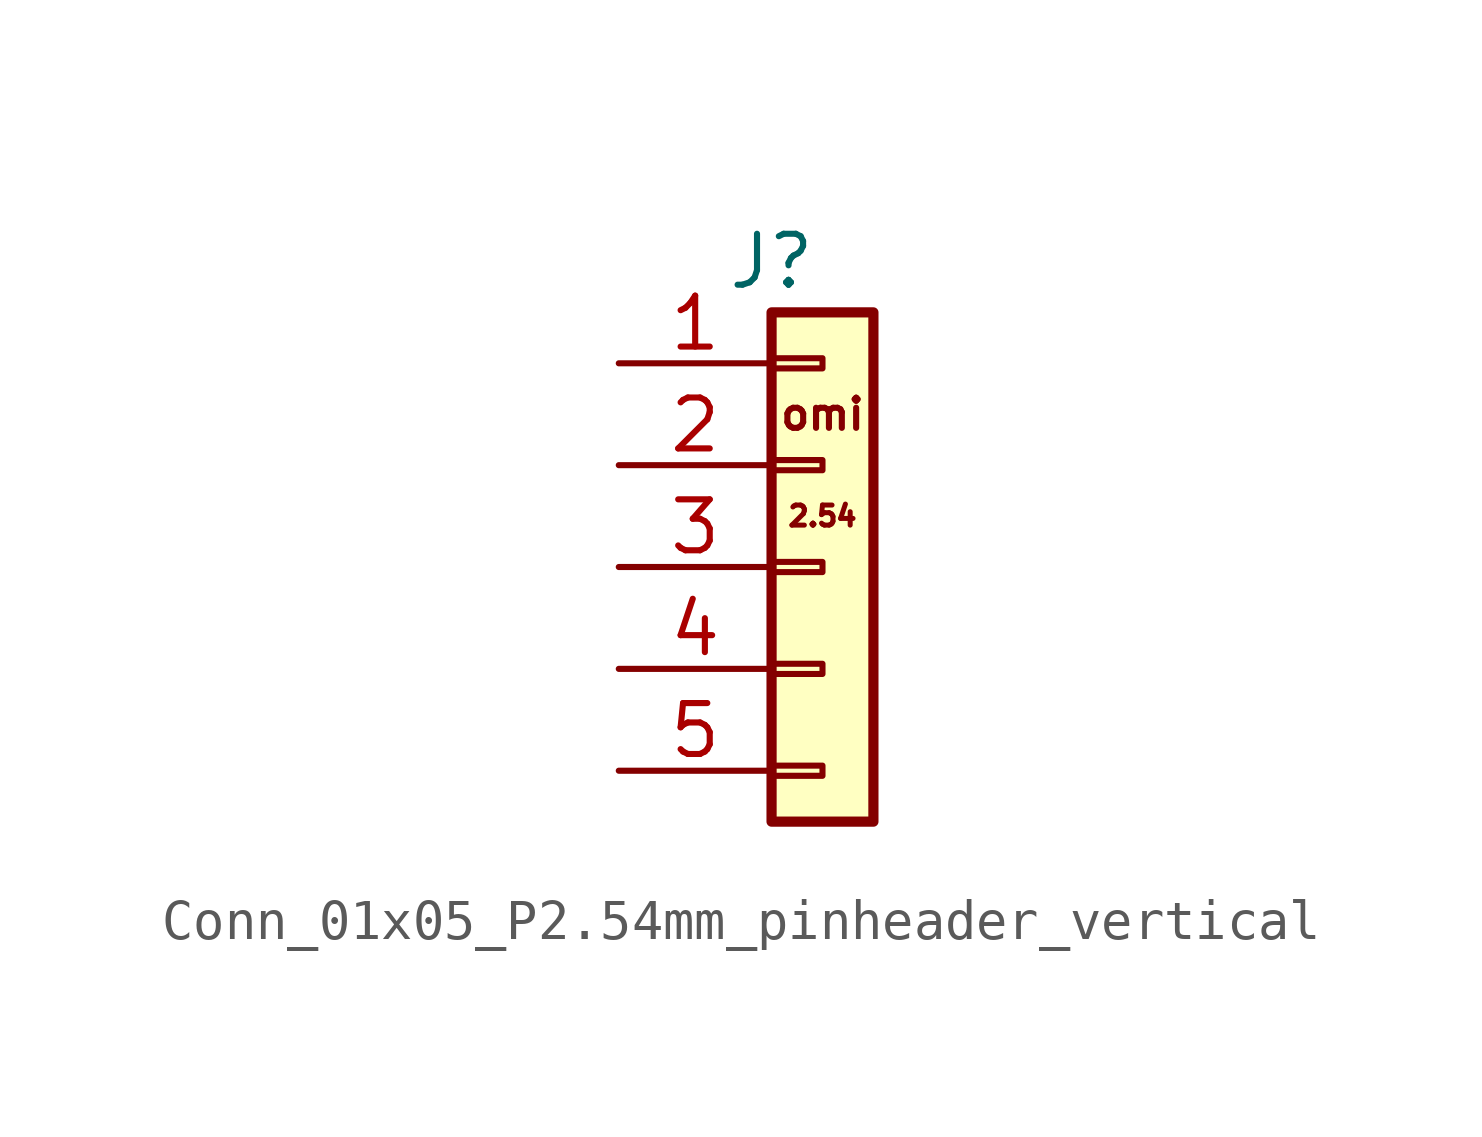
<source format=kicad_sym>
(kicad_symbol_lib
  (version 20220914)
  (generator kicad_symbol_editor)
  (symbol "Conn_01x05_P2.54mm_pinheader_vertical"
    (pin_names
      (offset 1.016) hide)
    (property "Reference" "J"
      (at -1.27 10.16 0)
      (effects (font (size 1.27 1.27))))
    (symbol "Conn_01x05_P2.54mm_pinheader_vertical_1_1"
      (rectangle (start -1.27 -2.413) (end 0 -2.667) (stroke (width 0.152) (type default)) (fill (type none)))
      (rectangle (start -1.27 0.127) (end 0 -0.127) (stroke (width 0.152) (type default)) (fill (type none)))
      (rectangle (start -1.27 2.667) (end 0 2.413) (stroke (width 0.152) (type default)) (fill (type none)))
      (rectangle (start -1.27 5.207) (end 0 4.953) (stroke (width 0.152) (type default)) (fill (type none)))
      (rectangle (start -1.27 7.747) (end 0 7.493) (stroke (width 0.152) (type default)) (fill (type none)))
      (rectangle (start -1.27 8.89) (end 1.27 -3.81) (stroke (width 0.254) (type default)) (fill (type background)))
      (text "2.54" (at 0 3.81 0) (effects (font (size 0.5 0.5))))
      (text "omi" (at 0 6.35 0) (effects (font (size 0.75 0.75))))
      (pin passive line (at -5.08 7.62 0) (length 3.81) (name "Pin_1" (effects (font (size 1.27 1.27)))) (number "1" (effects (font (size 1.27 1.27)))))
      (pin passive line (at -5.08 5.08 0) (length 3.81) (name "Pin_2" (effects (font (size 1.27 1.27)))) (number "2" (effects (font (size 1.27 1.27)))))
      (pin passive line (at -5.08 2.54 0) (length 3.81) (name "Pin_3" (effects (font (size 1.27 1.27)))) (number "3" (effects (font (size 1.27 1.27)))))
      (pin passive line (at -5.08 0 0) (length 3.81) (name "Pin_4" (effects (font (size 1.27 1.27)))) (number "4" (effects (font (size 1.27 1.27)))))
      (pin passive line (at -5.08 -2.54 0) (length 3.81) (name "Pin_5" (effects (font (size 1.27 1.27)))) (number "5" (effects (font (size 1.27 1.27))))))))
</source>
